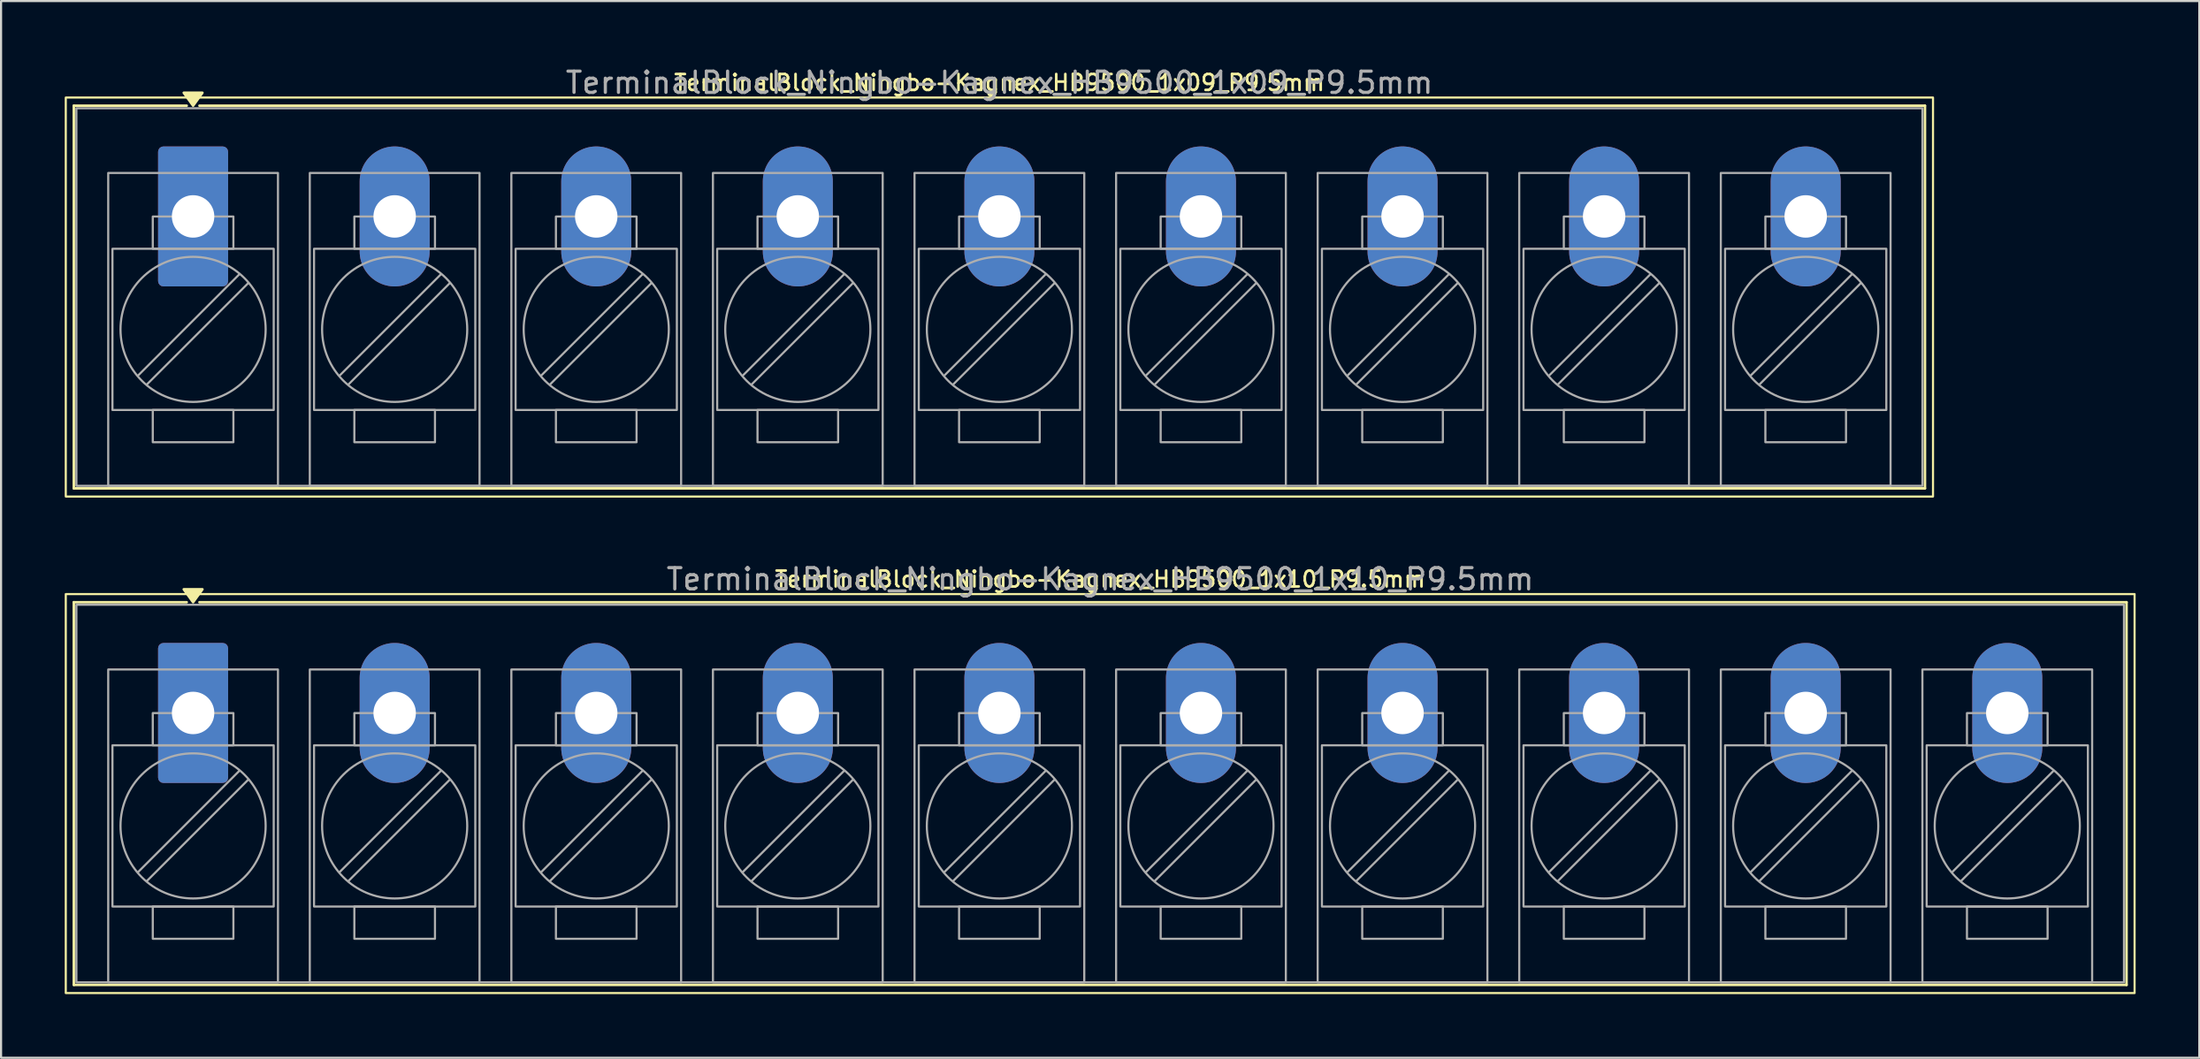
<source format=kicad_pcb>
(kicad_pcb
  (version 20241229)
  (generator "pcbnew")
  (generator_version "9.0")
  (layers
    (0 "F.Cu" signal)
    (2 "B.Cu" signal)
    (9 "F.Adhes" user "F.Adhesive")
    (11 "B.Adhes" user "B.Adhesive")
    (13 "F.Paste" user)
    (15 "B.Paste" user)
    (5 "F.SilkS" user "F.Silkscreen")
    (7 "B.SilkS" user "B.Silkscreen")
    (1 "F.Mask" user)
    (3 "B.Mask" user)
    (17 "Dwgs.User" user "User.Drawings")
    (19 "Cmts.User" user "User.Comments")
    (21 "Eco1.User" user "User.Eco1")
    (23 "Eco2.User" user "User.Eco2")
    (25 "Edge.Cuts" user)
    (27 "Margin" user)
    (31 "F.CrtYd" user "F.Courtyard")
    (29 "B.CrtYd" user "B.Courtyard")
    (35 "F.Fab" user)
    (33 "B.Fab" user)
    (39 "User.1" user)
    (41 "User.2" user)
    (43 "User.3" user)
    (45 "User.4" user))
  (footprint "TerminalBlock_Ningbo-Kagnex_HB9500_1x10_P9.5mm"
    (layer "F.Cu")
    (at 6.05 30.561)
    (property "Reference" "TerminalBlock_Ningbo-Kagnex_HB9500_1x10_P9.5mm" (at 42.75 -6.305 0) (layer "F.SilkS") (effects (font (size 0.75 0.75) (thickness 0.125))))
    (attr through_hole)
    (fp_line (start -5.62 -5.22) (end -0.3 -5.22) (stroke (width 0.12) (type solid)) (layer "F.SilkS"))
    (fp_line (start -5.62 12.82) (end -5.62 -5.22) (stroke (width 0.12) (type solid)) (layer "F.SilkS"))
    (fp_line (start 0.3 -5.22) (end 91.12 -5.22) (stroke (width 0.12) (type solid)) (layer "F.SilkS"))
    (fp_line (start 91.12 -5.22) (end 91.12 12.82) (stroke (width 0.12) (type solid)) (layer "F.SilkS"))
    (fp_line (start 91.12 12.82) (end -5.62 12.82) (stroke (width 0.12) (type solid)) (layer "F.SilkS"))
    (fp_rect (start -6 -5.605) (end 91.5 13.205) (stroke (width 0.1) (type solid)) (fill no) (layer "F.SilkS"))
    (fp_poly (pts (xy 0 -5.22) (xy -0.44 -5.83) (xy 0.44 -5.83)) (stroke (width 0.12) (type solid)) (fill yes) (layer "F.SilkS"))
    (fp_line (start 2.176 2.731) (end -2.594 7.501) (stroke (width 0.1) (type solid)) (layer "F.Fab"))
    (fp_line (start 2.594 3.149) (end -2.176 7.919) (stroke (width 0.1) (type solid)) (layer "F.Fab"))
    (fp_line (start 11.676 2.731) (end 6.906 7.501) (stroke (width 0.1) (type solid)) (layer "F.Fab"))
    (fp_line (start 12.094 3.149) (end 7.324 7.919) (stroke (width 0.1) (type solid)) (layer "F.Fab"))
    (fp_line (start 21.176 2.731) (end 16.406 7.501) (stroke (width 0.1) (type solid)) (layer "F.Fab"))
    (fp_line (start 21.594 3.149) (end 16.824 7.919) (stroke (width 0.1) (type solid)) (layer "F.Fab"))
    (fp_line (start 30.676 2.731) (end 25.906 7.501) (stroke (width 0.1) (type solid)) (layer "F.Fab"))
    (fp_line (start 31.094 3.149) (end 26.324 7.919) (stroke (width 0.1) (type solid)) (layer "F.Fab"))
    (fp_line (start 40.176 2.731) (end 35.406 7.501) (stroke (width 0.1) (type solid)) (layer "F.Fab"))
    (fp_line (start 40.594 3.149) (end 35.824 7.919) (stroke (width 0.1) (type solid)) (layer "F.Fab"))
    (fp_line (start 49.676 2.731) (end 44.906 7.501) (stroke (width 0.1) (type solid)) (layer "F.Fab"))
    (fp_line (start 50.094 3.149) (end 45.324 7.919) (stroke (width 0.1) (type solid)) (layer "F.Fab"))
    (fp_line (start 59.176 2.731) (end 54.406 7.501) (stroke (width 0.1) (type solid)) (layer "F.Fab"))
    (fp_line (start 59.594 3.149) (end 54.824 7.919) (stroke (width 0.1) (type solid)) (layer "F.Fab"))
    (fp_line (start 68.676 2.731) (end 63.906 7.501) (stroke (width 0.1) (type solid)) (layer "F.Fab"))
    (fp_line (start 69.094 3.149) (end 64.324 7.919) (stroke (width 0.1) (type solid)) (layer "F.Fab"))
    (fp_line (start 78.176 2.731) (end 73.406 7.501) (stroke (width 0.1) (type solid)) (layer "F.Fab"))
    (fp_line (start 78.594 3.149) (end 73.824 7.919) (stroke (width 0.1) (type solid)) (layer "F.Fab"))
    (fp_line (start 87.676 2.731) (end 82.906 7.501) (stroke (width 0.1) (type solid)) (layer "F.Fab"))
    (fp_line (start 88.094 3.149) (end 83.324 7.919) (stroke (width 0.1) (type solid)) (layer "F.Fab"))
    (fp_rect (start -5.5 -5.1) (end 91 12.7) (stroke (width 0.1) (type solid)) (fill no) (layer "F.Fab"))
    (fp_rect (start -4 -2.05) (end 4 12.7) (stroke (width 0.1) (type solid)) (fill no) (layer "F.Fab"))
    (fp_rect (start -3.8 1.525) (end 3.8 9.125) (stroke (width 0.1) (type solid)) (fill no) (layer "F.Fab"))
    (fp_rect (start -1.9 0.005) (end 1.9 1.525) (stroke (width 0.1) (type solid)) (fill no) (layer "F.Fab"))
    (fp_rect (start -1.9 9.125) (end 1.9 10.645) (stroke (width 0.1) (type solid)) (fill no) (layer "F.Fab"))
    (fp_rect (start 5.5 -2.05) (end 13.5 12.7) (stroke (width 0.1) (type solid)) (fill no) (layer "F.Fab"))
    (fp_rect (start 5.7 1.525) (end 13.3 9.125) (stroke (width 0.1) (type solid)) (fill no) (layer "F.Fab"))
    (fp_rect (start 7.6 0.005) (end 11.4 1.525) (stroke (width 0.1) (type solid)) (fill no) (layer "F.Fab"))
    (fp_rect (start 7.6 9.125) (end 11.4 10.645) (stroke (width 0.1) (type solid)) (fill no) (layer "F.Fab"))
    (fp_rect (start 15 -2.05) (end 23 12.7) (stroke (width 0.1) (type solid)) (fill no) (layer "F.Fab"))
    (fp_rect (start 15.2 1.525) (end 22.8 9.125) (stroke (width 0.1) (type solid)) (fill no) (layer "F.Fab"))
    (fp_rect (start 17.1 0.005) (end 20.9 1.525) (stroke (width 0.1) (type solid)) (fill no) (layer "F.Fab"))
    (fp_rect (start 17.1 9.125) (end 20.9 10.645) (stroke (width 0.1) (type solid)) (fill no) (layer "F.Fab"))
    (fp_rect (start 24.5 -2.05) (end 32.5 12.7) (stroke (width 0.1) (type solid)) (fill no) (layer "F.Fab"))
    (fp_rect (start 24.7 1.525) (end 32.3 9.125) (stroke (width 0.1) (type solid)) (fill no) (layer "F.Fab"))
    (fp_rect (start 26.6 0.005) (end 30.4 1.525) (stroke (width 0.1) (type solid)) (fill no) (layer "F.Fab"))
    (fp_rect (start 26.6 9.125) (end 30.4 10.645) (stroke (width 0.1) (type solid)) (fill no) (layer "F.Fab"))
    (fp_rect (start 34 -2.05) (end 42 12.7) (stroke (width 0.1) (type solid)) (fill no) (layer "F.Fab"))
    (fp_rect (start 34.2 1.525) (end 41.8 9.125) (stroke (width 0.1) (type solid)) (fill no) (layer "F.Fab"))
    (fp_rect (start 36.1 0.005) (end 39.9 1.525) (stroke (width 0.1) (type solid)) (fill no) (layer "F.Fab"))
    (fp_rect (start 36.1 9.125) (end 39.9 10.645) (stroke (width 0.1) (type solid)) (fill no) (layer "F.Fab"))
    (fp_rect (start 43.5 -2.05) (end 51.5 12.7) (stroke (width 0.1) (type solid)) (fill no) (layer "F.Fab"))
    (fp_rect (start 43.7 1.525) (end 51.3 9.125) (stroke (width 0.1) (type solid)) (fill no) (layer "F.Fab"))
    (fp_rect (start 45.6 0.005) (end 49.4 1.525) (stroke (width 0.1) (type solid)) (fill no) (layer "F.Fab"))
    (fp_rect (start 45.6 9.125) (end 49.4 10.645) (stroke (width 0.1) (type solid)) (fill no) (layer "F.Fab"))
    (fp_rect (start 53 -2.05) (end 61 12.7) (stroke (width 0.1) (type solid)) (fill no) (layer "F.Fab"))
    (fp_rect (start 53.2 1.525) (end 60.8 9.125) (stroke (width 0.1) (type solid)) (fill no) (layer "F.Fab"))
    (fp_rect (start 55.1 0.005) (end 58.9 1.525) (stroke (width 0.1) (type solid)) (fill no) (layer "F.Fab"))
    (fp_rect (start 55.1 9.125) (end 58.9 10.645) (stroke (width 0.1) (type solid)) (fill no) (layer "F.Fab"))
    (fp_rect (start 62.5 -2.05) (end 70.5 12.7) (stroke (width 0.1) (type solid)) (fill no) (layer "F.Fab"))
    (fp_rect (start 62.7 1.525) (end 70.3 9.125) (stroke (width 0.1) (type solid)) (fill no) (layer "F.Fab"))
    (fp_rect (start 64.6 0.005) (end 68.4 1.525) (stroke (width 0.1) (type solid)) (fill no) (layer "F.Fab"))
    (fp_rect (start 64.6 9.125) (end 68.4 10.645) (stroke (width 0.1) (type solid)) (fill no) (layer "F.Fab"))
    (fp_rect (start 72 -2.05) (end 80 12.7) (stroke (width 0.1) (type solid)) (fill no) (layer "F.Fab"))
    (fp_rect (start 72.2 1.525) (end 79.8 9.125) (stroke (width 0.1) (type solid)) (fill no) (layer "F.Fab"))
    (fp_rect (start 74.1 0.005) (end 77.9 1.525) (stroke (width 0.1) (type solid)) (fill no) (layer "F.Fab"))
    (fp_rect (start 74.1 9.125) (end 77.9 10.645) (stroke (width 0.1) (type solid)) (fill no) (layer "F.Fab"))
    (fp_rect (start 81.5 -2.05) (end 89.5 12.7) (stroke (width 0.1) (type solid)) (fill no) (layer "F.Fab"))
    (fp_rect (start 81.7 1.525) (end 89.3 9.125) (stroke (width 0.1) (type solid)) (fill no) (layer "F.Fab"))
    (fp_rect (start 83.6 0.005) (end 87.4 1.525) (stroke (width 0.1) (type solid)) (fill no) (layer "F.Fab"))
    (fp_rect (start 83.6 9.125) (end 87.4 10.645) (stroke (width 0.1) (type solid)) (fill no) (layer "F.Fab"))
    (fp_circle (center 0 5.325) (end 3.42 5.325) (stroke (width 0.1) (type solid)) (fill no) (layer "F.Fab"))
    (fp_circle (center 9.5 5.325) (end 12.92 5.325) (stroke (width 0.1) (type solid)) (fill no) (layer "F.Fab"))
    (fp_circle (center 19 5.325) (end 22.42 5.325) (stroke (width 0.1) (type solid)) (fill no) (layer "F.Fab"))
    (fp_circle (center 28.5 5.325) (end 31.92 5.325) (stroke (width 0.1) (type solid)) (fill no) (layer "F.Fab"))
    (fp_circle (center 38 5.325) (end 41.42 5.325) (stroke (width 0.1) (type solid)) (fill no) (layer "F.Fab"))
    (fp_circle (center 47.5 5.325) (end 50.92 5.325) (stroke (width 0.1) (type solid)) (fill no) (layer "F.Fab"))
    (fp_circle (center 57 5.325) (end 60.42 5.325) (stroke (width 0.1) (type solid)) (fill no) (layer "F.Fab"))
    (fp_circle (center 66.5 5.325) (end 69.92 5.325) (stroke (width 0.1) (type solid)) (fill no) (layer "F.Fab"))
    (fp_circle (center 76 5.325) (end 79.42 5.325) (stroke (width 0.1) (type solid)) (fill no) (layer "F.Fab"))
    (fp_circle (center 85.5 5.325) (end 88.92 5.325) (stroke (width 0.1) (type solid)) (fill no) (layer "F.Fab"))
    (fp_text user "${REFERENCE}" (at 42.75 -6.305 0) (layer "F.Fab") (effects (font (size 1 1) (thickness 0.15))))
    (pad "1" thru_hole roundrect (at 0 0) (size 3.3 6.6) (drill 2) (layers "*.Cu" "*.Mask") (roundrect_rratio 0.076))
    (pad "2" thru_hole oval (at 9.5 0) (size 3.3 6.6) (drill 2) (layers "*.Cu" "*.Mask"))
    (pad "3" thru_hole oval (at 19 0) (size 3.3 6.6) (drill 2) (layers "*.Cu" "*.Mask"))
    (pad "4" thru_hole oval (at 28.5 0) (size 3.3 6.6) (drill 2) (layers "*.Cu" "*.Mask"))
    (pad "5" thru_hole oval (at 38 0) (size 3.3 6.6) (drill 2) (layers "*.Cu" "*.Mask"))
    (pad "6" thru_hole oval (at 47.5 0) (size 3.3 6.6) (drill 2) (layers "*.Cu" "*.Mask"))
    (pad "7" thru_hole oval (at 57 0) (size 3.3 6.6) (drill 2) (layers "*.Cu" "*.Mask"))
    (pad "8" thru_hole oval (at 66.5 0) (size 3.3 6.6) (drill 2) (layers "*.Cu" "*.Mask"))
    (pad "9" thru_hole oval (at 76 0) (size 3.3 6.6) (drill 2) (layers "*.Cu" "*.Mask"))
    (pad "10" thru_hole oval (at 85.5 0) (size 3.3 6.6) (drill 2) (layers "*.Cu" "*.Mask")))
  (footprint "TerminalBlock_Ningbo-Kagnex_HB9500_1x09_P9.5mm"
    (layer "F.Cu")
    (at 6.05 7.153)
    (property "Reference" "TerminalBlock_Ningbo-Kagnex_HB9500_1x09_P9.5mm" (at 38 -6.305 0) (layer "F.SilkS") (effects (font (size 0.75 0.75) (thickness 0.125))))
    (attr through_hole)
    (fp_line (start -5.62 -5.22) (end -0.3 -5.22) (stroke (width 0.12) (type solid)) (layer "F.SilkS"))
    (fp_line (start -5.62 12.82) (end -5.62 -5.22) (stroke (width 0.12) (type solid)) (layer "F.SilkS"))
    (fp_line (start 0.3 -5.22) (end 81.62 -5.22) (stroke (width 0.12) (type solid)) (layer "F.SilkS"))
    (fp_line (start 81.62 -5.22) (end 81.62 12.82) (stroke (width 0.12) (type solid)) (layer "F.SilkS"))
    (fp_line (start 81.62 12.82) (end -5.62 12.82) (stroke (width 0.12) (type solid)) (layer "F.SilkS"))
    (fp_rect (start -6 -5.605) (end 82 13.205) (stroke (width 0.1) (type solid)) (fill no) (layer "F.SilkS"))
    (fp_poly (pts (xy 0 -5.22) (xy -0.44 -5.83) (xy 0.44 -5.83)) (stroke (width 0.12) (type solid)) (fill yes) (layer "F.SilkS"))
    (fp_line (start 2.176 2.731) (end -2.594 7.501) (stroke (width 0.1) (type solid)) (layer "F.Fab"))
    (fp_line (start 2.594 3.149) (end -2.176 7.919) (stroke (width 0.1) (type solid)) (layer "F.Fab"))
    (fp_line (start 11.676 2.731) (end 6.906 7.501) (stroke (width 0.1) (type solid)) (layer "F.Fab"))
    (fp_line (start 12.094 3.149) (end 7.324 7.919) (stroke (width 0.1) (type solid)) (layer "F.Fab"))
    (fp_line (start 21.176 2.731) (end 16.406 7.501) (stroke (width 0.1) (type solid)) (layer "F.Fab"))
    (fp_line (start 21.594 3.149) (end 16.824 7.919) (stroke (width 0.1) (type solid)) (layer "F.Fab"))
    (fp_line (start 30.676 2.731) (end 25.906 7.501) (stroke (width 0.1) (type solid)) (layer "F.Fab"))
    (fp_line (start 31.094 3.149) (end 26.324 7.919) (stroke (width 0.1) (type solid)) (layer "F.Fab"))
    (fp_line (start 40.176 2.731) (end 35.406 7.501) (stroke (width 0.1) (type solid)) (layer "F.Fab"))
    (fp_line (start 40.594 3.149) (end 35.824 7.919) (stroke (width 0.1) (type solid)) (layer "F.Fab"))
    (fp_line (start 49.676 2.731) (end 44.906 7.501) (stroke (width 0.1) (type solid)) (layer "F.Fab"))
    (fp_line (start 50.094 3.149) (end 45.324 7.919) (stroke (width 0.1) (type solid)) (layer "F.Fab"))
    (fp_line (start 59.176 2.731) (end 54.406 7.501) (stroke (width 0.1) (type solid)) (layer "F.Fab"))
    (fp_line (start 59.594 3.149) (end 54.824 7.919) (stroke (width 0.1) (type solid)) (layer "F.Fab"))
    (fp_line (start 68.676 2.731) (end 63.906 7.501) (stroke (width 0.1) (type solid)) (layer "F.Fab"))
    (fp_line (start 69.094 3.149) (end 64.324 7.919) (stroke (width 0.1) (type solid)) (layer "F.Fab"))
    (fp_line (start 78.176 2.731) (end 73.406 7.501) (stroke (width 0.1) (type solid)) (layer "F.Fab"))
    (fp_line (start 78.594 3.149) (end 73.824 7.919) (stroke (width 0.1) (type solid)) (layer "F.Fab"))
    (fp_rect (start -5.5 -5.1) (end 81.5 12.7) (stroke (width 0.1) (type solid)) (fill no) (layer "F.Fab"))
    (fp_rect (start -4 -2.05) (end 4 12.7) (stroke (width 0.1) (type solid)) (fill no) (layer "F.Fab"))
    (fp_rect (start -3.8 1.525) (end 3.8 9.125) (stroke (width 0.1) (type solid)) (fill no) (layer "F.Fab"))
    (fp_rect (start -1.9 0.005) (end 1.9 1.525) (stroke (width 0.1) (type solid)) (fill no) (layer "F.Fab"))
    (fp_rect (start -1.9 9.125) (end 1.9 10.645) (stroke (width 0.1) (type solid)) (fill no) (layer "F.Fab"))
    (fp_rect (start 5.5 -2.05) (end 13.5 12.7) (stroke (width 0.1) (type solid)) (fill no) (layer "F.Fab"))
    (fp_rect (start 5.7 1.525) (end 13.3 9.125) (stroke (width 0.1) (type solid)) (fill no) (layer "F.Fab"))
    (fp_rect (start 7.6 0.005) (end 11.4 1.525) (stroke (width 0.1) (type solid)) (fill no) (layer "F.Fab"))
    (fp_rect (start 7.6 9.125) (end 11.4 10.645) (stroke (width 0.1) (type solid)) (fill no) (layer "F.Fab"))
    (fp_rect (start 15 -2.05) (end 23 12.7) (stroke (width 0.1) (type solid)) (fill no) (layer "F.Fab"))
    (fp_rect (start 15.2 1.525) (end 22.8 9.125) (stroke (width 0.1) (type solid)) (fill no) (layer "F.Fab"))
    (fp_rect (start 17.1 0.005) (end 20.9 1.525) (stroke (width 0.1) (type solid)) (fill no) (layer "F.Fab"))
    (fp_rect (start 17.1 9.125) (end 20.9 10.645) (stroke (width 0.1) (type solid)) (fill no) (layer "F.Fab"))
    (fp_rect (start 24.5 -2.05) (end 32.5 12.7) (stroke (width 0.1) (type solid)) (fill no) (layer "F.Fab"))
    (fp_rect (start 24.7 1.525) (end 32.3 9.125) (stroke (width 0.1) (type solid)) (fill no) (layer "F.Fab"))
    (fp_rect (start 26.6 0.005) (end 30.4 1.525) (stroke (width 0.1) (type solid)) (fill no) (layer "F.Fab"))
    (fp_rect (start 26.6 9.125) (end 30.4 10.645) (stroke (width 0.1) (type solid)) (fill no) (layer "F.Fab"))
    (fp_rect (start 34 -2.05) (end 42 12.7) (stroke (width 0.1) (type solid)) (fill no) (layer "F.Fab"))
    (fp_rect (start 34.2 1.525) (end 41.8 9.125) (stroke (width 0.1) (type solid)) (fill no) (layer "F.Fab"))
    (fp_rect (start 36.1 0.005) (end 39.9 1.525) (stroke (width 0.1) (type solid)) (fill no) (layer "F.Fab"))
    (fp_rect (start 36.1 9.125) (end 39.9 10.645) (stroke (width 0.1) (type solid)) (fill no) (layer "F.Fab"))
    (fp_rect (start 43.5 -2.05) (end 51.5 12.7) (stroke (width 0.1) (type solid)) (fill no) (layer "F.Fab"))
    (fp_rect (start 43.7 1.525) (end 51.3 9.125) (stroke (width 0.1) (type solid)) (fill no) (layer "F.Fab"))
    (fp_rect (start 45.6 0.005) (end 49.4 1.525) (stroke (width 0.1) (type solid)) (fill no) (layer "F.Fab"))
    (fp_rect (start 45.6 9.125) (end 49.4 10.645) (stroke (width 0.1) (type solid)) (fill no) (layer "F.Fab"))
    (fp_rect (start 53 -2.05) (end 61 12.7) (stroke (width 0.1) (type solid)) (fill no) (layer "F.Fab"))
    (fp_rect (start 53.2 1.525) (end 60.8 9.125) (stroke (width 0.1) (type solid)) (fill no) (layer "F.Fab"))
    (fp_rect (start 55.1 0.005) (end 58.9 1.525) (stroke (width 0.1) (type solid)) (fill no) (layer "F.Fab"))
    (fp_rect (start 55.1 9.125) (end 58.9 10.645) (stroke (width 0.1) (type solid)) (fill no) (layer "F.Fab"))
    (fp_rect (start 62.5 -2.05) (end 70.5 12.7) (stroke (width 0.1) (type solid)) (fill no) (layer "F.Fab"))
    (fp_rect (start 62.7 1.525) (end 70.3 9.125) (stroke (width 0.1) (type solid)) (fill no) (layer "F.Fab"))
    (fp_rect (start 64.6 0.005) (end 68.4 1.525) (stroke (width 0.1) (type solid)) (fill no) (layer "F.Fab"))
    (fp_rect (start 64.6 9.125) (end 68.4 10.645) (stroke (width 0.1) (type solid)) (fill no) (layer "F.Fab"))
    (fp_rect (start 72 -2.05) (end 80 12.7) (stroke (width 0.1) (type solid)) (fill no) (layer "F.Fab"))
    (fp_rect (start 72.2 1.525) (end 79.8 9.125) (stroke (width 0.1) (type solid)) (fill no) (layer "F.Fab"))
    (fp_rect (start 74.1 0.005) (end 77.9 1.525) (stroke (width 0.1) (type solid)) (fill no) (layer "F.Fab"))
    (fp_rect (start 74.1 9.125) (end 77.9 10.645) (stroke (width 0.1) (type solid)) (fill no) (layer "F.Fab"))
    (fp_circle (center 0 5.325) (end 3.42 5.325) (stroke (width 0.1) (type solid)) (fill no) (layer "F.Fab"))
    (fp_circle (center 9.5 5.325) (end 12.92 5.325) (stroke (width 0.1) (type solid)) (fill no) (layer "F.Fab"))
    (fp_circle (center 19 5.325) (end 22.42 5.325) (stroke (width 0.1) (type solid)) (fill no) (layer "F.Fab"))
    (fp_circle (center 28.5 5.325) (end 31.92 5.325) (stroke (width 0.1) (type solid)) (fill no) (layer "F.Fab"))
    (fp_circle (center 38 5.325) (end 41.42 5.325) (stroke (width 0.1) (type solid)) (fill no) (layer "F.Fab"))
    (fp_circle (center 47.5 5.325) (end 50.92 5.325) (stroke (width 0.1) (type solid)) (fill no) (layer "F.Fab"))
    (fp_circle (center 57 5.325) (end 60.42 5.325) (stroke (width 0.1) (type solid)) (fill no) (layer "F.Fab"))
    (fp_circle (center 66.5 5.325) (end 69.92 5.325) (stroke (width 0.1) (type solid)) (fill no) (layer "F.Fab"))
    (fp_circle (center 76 5.325) (end 79.42 5.325) (stroke (width 0.1) (type solid)) (fill no) (layer "F.Fab"))
    (fp_text user "${REFERENCE}" (at 38 -6.305 0) (layer "F.Fab") (effects (font (size 1 1) (thickness 0.15))))
    (pad "1" thru_hole roundrect (at 0 0) (size 3.3 6.6) (drill 2) (layers "*.Cu" "*.Mask") (roundrect_rratio 0.076))
    (pad "2" thru_hole oval (at 9.5 0) (size 3.3 6.6) (drill 2) (layers "*.Cu" "*.Mask"))
    (pad "3" thru_hole oval (at 19 0) (size 3.3 6.6) (drill 2) (layers "*.Cu" "*.Mask"))
    (pad "4" thru_hole oval (at 28.5 0) (size 3.3 6.6) (drill 2) (layers "*.Cu" "*.Mask"))
    (pad "5" thru_hole oval (at 38 0) (size 3.3 6.6) (drill 2) (layers "*.Cu" "*.Mask"))
    (pad "6" thru_hole oval (at 47.5 0) (size 3.3 6.6) (drill 2) (layers "*.Cu" "*.Mask"))
    (pad "7" thru_hole oval (at 57 0) (size 3.3 6.6) (drill 2) (layers "*.Cu" "*.Mask"))
    (pad "8" thru_hole oval (at 66.5 0) (size 3.3 6.6) (drill 2) (layers "*.Cu" "*.Mask"))
    (pad "9" thru_hole oval (at 76 0) (size 3.3 6.6) (drill 2) (layers "*.Cu" "*.Mask")))
  (gr_rect
    (start -3 -3)
    (end 100.6 46.816)
    (stroke (width 0.1) (type default))
    (fill no)
    (layer "Edge.Cuts")))
</source>
